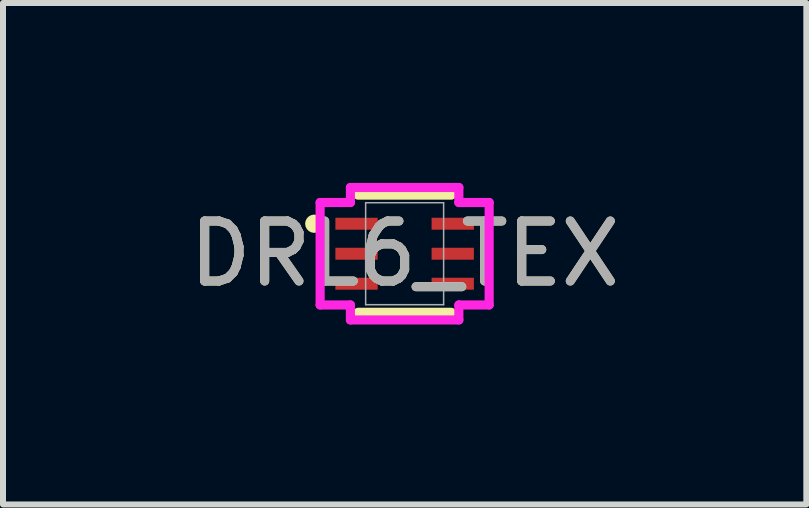
<source format=kicad_pcb>
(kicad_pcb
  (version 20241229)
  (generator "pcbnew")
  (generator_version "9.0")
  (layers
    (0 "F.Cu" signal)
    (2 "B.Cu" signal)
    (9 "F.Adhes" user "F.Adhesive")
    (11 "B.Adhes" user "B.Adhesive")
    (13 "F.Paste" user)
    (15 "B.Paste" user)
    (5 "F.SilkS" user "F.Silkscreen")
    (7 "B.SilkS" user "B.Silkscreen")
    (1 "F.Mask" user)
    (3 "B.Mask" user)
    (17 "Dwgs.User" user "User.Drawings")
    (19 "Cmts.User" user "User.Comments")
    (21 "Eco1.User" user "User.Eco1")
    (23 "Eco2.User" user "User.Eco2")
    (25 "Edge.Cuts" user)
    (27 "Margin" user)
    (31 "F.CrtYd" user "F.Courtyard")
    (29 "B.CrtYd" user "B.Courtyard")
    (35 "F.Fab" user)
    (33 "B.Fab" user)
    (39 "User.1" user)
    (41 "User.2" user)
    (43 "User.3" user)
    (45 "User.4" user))
  (footprint "DRL6_TEX"
    (layer "F.Cu")
    (at 3.696 1.18)
    (property "Reference" "DRL6_TEX" (at 0 0 0) (unlocked yes) (layer "F.SilkS") (effects (font (size 1 1) (thickness 0.15))))
    (attr smd)
    (fp_line (start -0.777 0.977) (end 0.777 0.977) (stroke (width 0.152) (type solid)) (layer "F.SilkS"))
    (fp_line (start 0.777 -0.977) (end -0.777 -0.977) (stroke (width 0.152) (type solid)) (layer "F.SilkS"))
    (fp_arc (start -1.487541 -0.426171) (mid -1.5826 -0.5) (end -1.487541 -0.573829) (stroke (width 0.1524) (type solid)) (layer "F.SilkS"))
    (fp_line (start -1.409 -0.854) (end -0.904 -0.854) (stroke (width 0.152) (type solid)) (layer "F.CrtYd"))
    (fp_line (start -1.409 0.854) (end -1.409 -0.854) (stroke (width 0.152) (type solid)) (layer "F.CrtYd"))
    (fp_line (start -1.409 0.854) (end -0.904 0.854) (stroke (width 0.152) (type solid)) (layer "F.CrtYd"))
    (fp_line (start -0.904 -1.104) (end 0.904 -1.104) (stroke (width 0.152) (type solid)) (layer "F.CrtYd"))
    (fp_line (start -0.904 -0.854) (end -0.904 -1.104) (stroke (width 0.152) (type solid)) (layer "F.CrtYd"))
    (fp_line (start -0.904 1.104) (end -0.904 0.854) (stroke (width 0.152) (type solid)) (layer "F.CrtYd"))
    (fp_line (start 0.904 -1.104) (end 0.904 -0.854) (stroke (width 0.152) (type solid)) (layer "F.CrtYd"))
    (fp_line (start 0.904 0.854) (end 0.904 1.104) (stroke (width 0.152) (type solid)) (layer "F.CrtYd"))
    (fp_line (start 0.904 1.104) (end -0.904 1.104) (stroke (width 0.152) (type solid)) (layer "F.CrtYd"))
    (fp_line (start 1.409 -0.854) (end 0.904 -0.854) (stroke (width 0.152) (type solid)) (layer "F.CrtYd"))
    (fp_line (start 1.409 -0.854) (end 1.409 0.854) (stroke (width 0.152) (type solid)) (layer "F.CrtYd"))
    (fp_line (start 1.409 0.854) (end 0.904 0.854) (stroke (width 0.152) (type solid)) (layer "F.CrtYd"))
    (fp_line (start -0.65 -0.85) (end -0.65 0.85) (stroke (width 0.025) (type solid)) (layer "F.Fab"))
    (fp_line (start -0.65 0.85) (end 0.65 0.85) (stroke (width 0.025) (type solid)) (layer "F.Fab"))
    (fp_line (start 0.65 -0.85) (end -0.65 -0.85) (stroke (width 0.025) (type solid)) (layer "F.Fab"))
    (fp_line (start 0.65 0.85) (end 0.65 -0.85) (stroke (width 0.025) (type solid)) (layer "F.Fab"))
    (fp_text user "${REFERENCE}" (at 0 0 0) (unlocked yes) (layer "F.Fab") (effects (font (size 1 1) (thickness 0.15))))
    (pad "1" smd rect (at -0.802 -0.5) (size 0.705 0.199) (layers "F.Cu" "F.Mask" "F.Paste"))
    (pad "2" smd rect (at -0.802 0) (size 0.705 0.199) (layers "F.Cu" "F.Mask" "F.Paste"))
    (pad "3" smd rect (at -0.802 0.5) (size 0.705 0.199) (layers "F.Cu" "F.Mask" "F.Paste"))
    (pad "4" smd rect (at 0.802 0.5) (size 0.705 0.199) (layers "F.Cu" "F.Mask" "F.Paste"))
    (pad "5" smd rect (at 0.802 0) (size 0.705 0.199) (layers "F.Cu" "F.Mask" "F.Paste"))
    (pad "6" smd rect (at 0.802 -0.5) (size 0.705 0.199) (layers "F.Cu" "F.Mask" "F.Paste")))
  (gr_rect
    (start -3 -3)
    (end 10.393 5.36)
    (stroke (width 0.1) (type default))
    (fill no)
    (layer "Edge.Cuts")))
</source>
